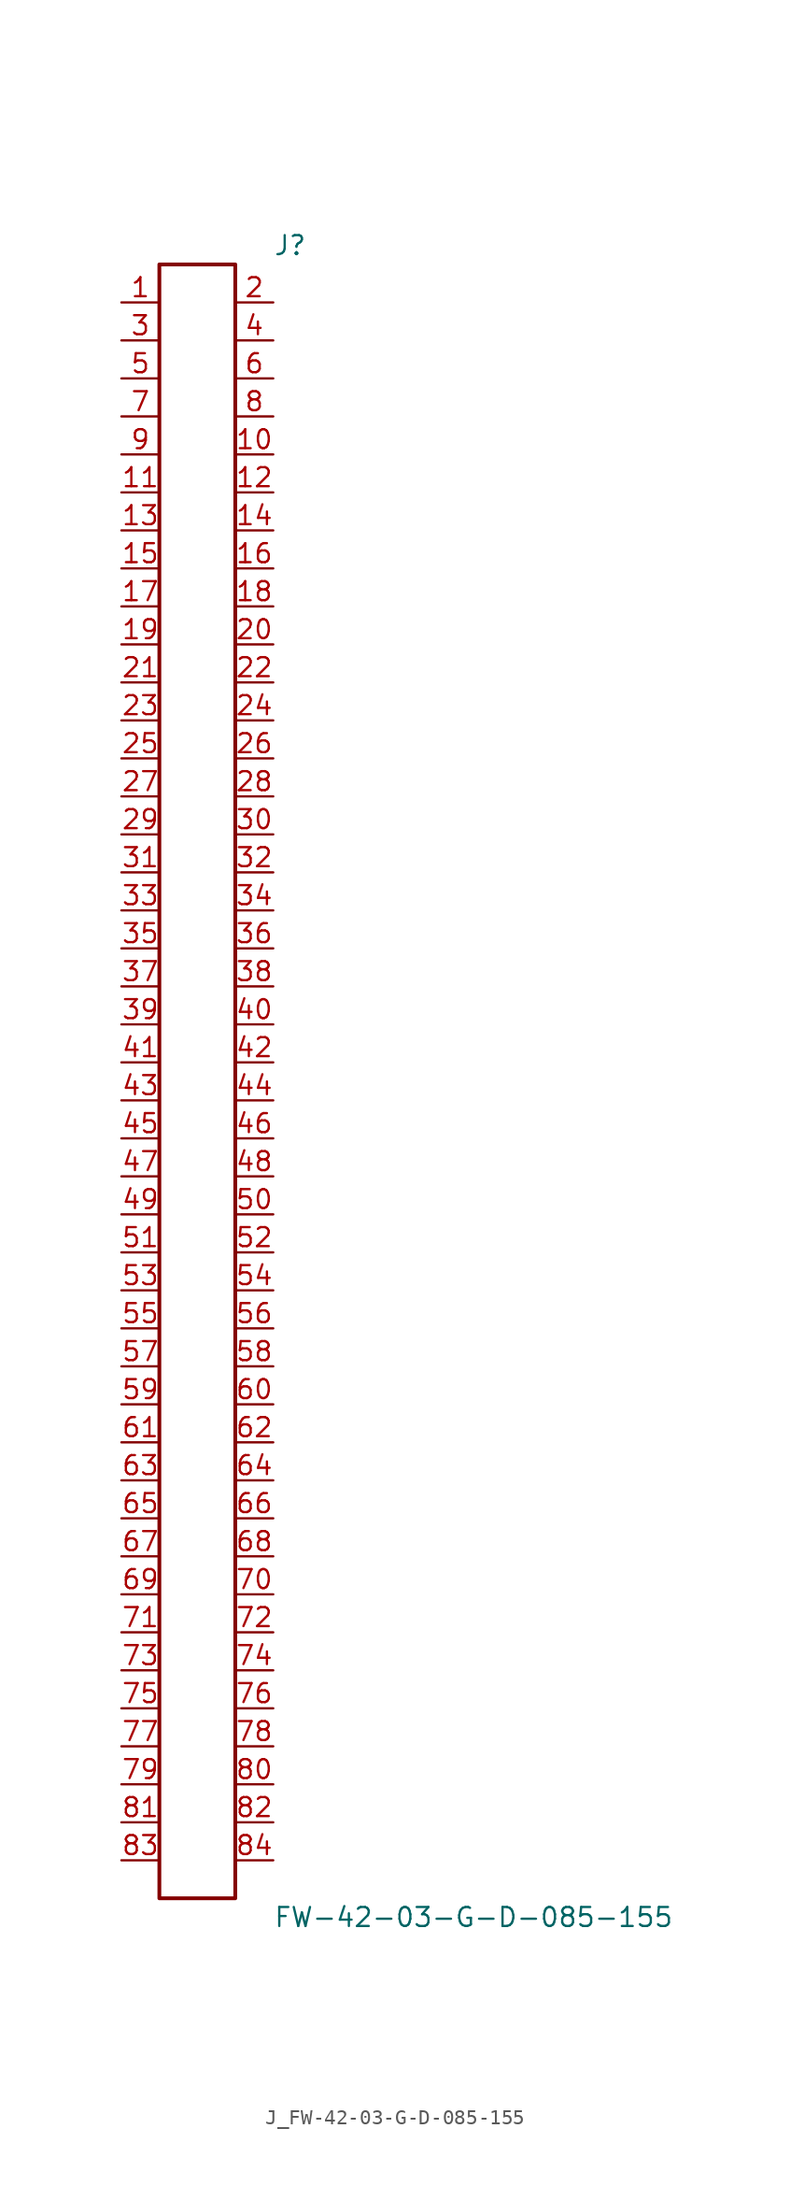
<source format=kicad_sym>
(kicad_symbol_lib
  (version 20231120)
  (generator kicad_symbol_editor)
  (generator_version 8.0)
  (symbol "J_FW-42-03-G-D-085-155"
    (pin_names
      (offset 0.254))
    (property "Reference" "J"
      (at 5.08 55.88 0)
      (effects (font (size 1.27 1.27)) (justify left)))
    (property "Value" "FW-42-03-G-D-085-155"
      (at 5.08 -55.88 0)
      (effects (font (size 1.27 1.27)) (justify left)))
    (symbol "J_FW-42-03-G-D-085-155_0_0"
      (pin unspecified line (at -5.08 52.07 0) (length 2.54) (name "" (effects (font (size 1.27 1.27)))) (number "1" (effects (font (size 1.27 1.27)))))
      (pin unspecified line (at 5.08 52.07 180) (length 2.54) (name "" (effects (font (size 1.27 1.27)))) (number "2" (effects (font (size 1.27 1.27)))))
      (pin unspecified line (at -5.08 49.53 0) (length 2.54) (name "" (effects (font (size 1.27 1.27)))) (number "3" (effects (font (size 1.27 1.27)))))
      (pin unspecified line (at 5.08 49.53 180) (length 2.54) (name "" (effects (font (size 1.27 1.27)))) (number "4" (effects (font (size 1.27 1.27)))))
      (pin unspecified line (at -5.08 46.99 0) (length 2.54) (name "" (effects (font (size 1.27 1.27)))) (number "5" (effects (font (size 1.27 1.27)))))
      (pin unspecified line (at 5.08 46.99 180) (length 2.54) (name "" (effects (font (size 1.27 1.27)))) (number "6" (effects (font (size 1.27 1.27)))))
      (pin unspecified line (at -5.08 44.45 0) (length 2.54) (name "" (effects (font (size 1.27 1.27)))) (number "7" (effects (font (size 1.27 1.27)))))
      (pin unspecified line (at 5.08 44.45 180) (length 2.54) (name "" (effects (font (size 1.27 1.27)))) (number "8" (effects (font (size 1.27 1.27)))))
      (pin unspecified line (at -5.08 41.91 0) (length 2.54) (name "" (effects (font (size 1.27 1.27)))) (number "9" (effects (font (size 1.27 1.27)))))
      (pin unspecified line (at 5.08 41.91 180) (length 2.54) (name "" (effects (font (size 1.27 1.27)))) (number "10" (effects (font (size 1.27 1.27)))))
      (pin unspecified line (at -5.08 39.37 0) (length 2.54) (name "" (effects (font (size 1.27 1.27)))) (number "11" (effects (font (size 1.27 1.27)))))
      (pin unspecified line (at 5.08 39.37 180) (length 2.54) (name "" (effects (font (size 1.27 1.27)))) (number "12" (effects (font (size 1.27 1.27)))))
      (pin unspecified line (at -5.08 36.83 0) (length 2.54) (name "" (effects (font (size 1.27 1.27)))) (number "13" (effects (font (size 1.27 1.27)))))
      (pin unspecified line (at 5.08 36.83 180) (length 2.54) (name "" (effects (font (size 1.27 1.27)))) (number "14" (effects (font (size 1.27 1.27)))))
      (pin unspecified line (at -5.08 34.29 0) (length 2.54) (name "" (effects (font (size 1.27 1.27)))) (number "15" (effects (font (size 1.27 1.27)))))
      (pin unspecified line (at 5.08 34.29 180) (length 2.54) (name "" (effects (font (size 1.27 1.27)))) (number "16" (effects (font (size 1.27 1.27)))))
      (pin unspecified line (at -5.08 31.75 0) (length 2.54) (name "" (effects (font (size 1.27 1.27)))) (number "17" (effects (font (size 1.27 1.27)))))
      (pin unspecified line (at 5.08 31.75 180) (length 2.54) (name "" (effects (font (size 1.27 1.27)))) (number "18" (effects (font (size 1.27 1.27)))))
      (pin unspecified line (at -5.08 29.21 0) (length 2.54) (name "" (effects (font (size 1.27 1.27)))) (number "19" (effects (font (size 1.27 1.27)))))
      (pin unspecified line (at 5.08 29.21 180) (length 2.54) (name "" (effects (font (size 1.27 1.27)))) (number "20" (effects (font (size 1.27 1.27)))))
      (pin unspecified line (at -5.08 26.67 0) (length 2.54) (name "" (effects (font (size 1.27 1.27)))) (number "21" (effects (font (size 1.27 1.27)))))
      (pin unspecified line (at 5.08 26.67 180) (length 2.54) (name "" (effects (font (size 1.27 1.27)))) (number "22" (effects (font (size 1.27 1.27)))))
      (pin unspecified line (at -5.08 24.13 0) (length 2.54) (name "" (effects (font (size 1.27 1.27)))) (number "23" (effects (font (size 1.27 1.27)))))
      (pin unspecified line (at 5.08 24.13 180) (length 2.54) (name "" (effects (font (size 1.27 1.27)))) (number "24" (effects (font (size 1.27 1.27)))))
      (pin unspecified line (at -5.08 21.59 0) (length 2.54) (name "" (effects (font (size 1.27 1.27)))) (number "25" (effects (font (size 1.27 1.27)))))
      (pin unspecified line (at 5.08 21.59 180) (length 2.54) (name "" (effects (font (size 1.27 1.27)))) (number "26" (effects (font (size 1.27 1.27)))))
      (pin unspecified line (at -5.08 19.05 0) (length 2.54) (name "" (effects (font (size 1.27 1.27)))) (number "27" (effects (font (size 1.27 1.27)))))
      (pin unspecified line (at 5.08 19.05 180) (length 2.54) (name "" (effects (font (size 1.27 1.27)))) (number "28" (effects (font (size 1.27 1.27)))))
      (pin unspecified line (at -5.08 16.51 0) (length 2.54) (name "" (effects (font (size 1.27 1.27)))) (number "29" (effects (font (size 1.27 1.27)))))
      (pin unspecified line (at 5.08 16.51 180) (length 2.54) (name "" (effects (font (size 1.27 1.27)))) (number "30" (effects (font (size 1.27 1.27)))))
      (pin unspecified line (at -5.08 13.97 0) (length 2.54) (name "" (effects (font (size 1.27 1.27)))) (number "31" (effects (font (size 1.27 1.27)))))
      (pin unspecified line (at 5.08 13.97 180) (length 2.54) (name "" (effects (font (size 1.27 1.27)))) (number "32" (effects (font (size 1.27 1.27)))))
      (pin unspecified line (at -5.08 11.43 0) (length 2.54) (name "" (effects (font (size 1.27 1.27)))) (number "33" (effects (font (size 1.27 1.27)))))
      (pin unspecified line (at 5.08 11.43 180) (length 2.54) (name "" (effects (font (size 1.27 1.27)))) (number "34" (effects (font (size 1.27 1.27)))))
      (pin unspecified line (at -5.08 8.89 0) (length 2.54) (name "" (effects (font (size 1.27 1.27)))) (number "35" (effects (font (size 1.27 1.27)))))
      (pin unspecified line (at 5.08 8.89 180) (length 2.54) (name "" (effects (font (size 1.27 1.27)))) (number "36" (effects (font (size 1.27 1.27)))))
      (pin unspecified line (at -5.08 6.35 0) (length 2.54) (name "" (effects (font (size 1.27 1.27)))) (number "37" (effects (font (size 1.27 1.27)))))
      (pin unspecified line (at 5.08 6.35 180) (length 2.54) (name "" (effects (font (size 1.27 1.27)))) (number "38" (effects (font (size 1.27 1.27)))))
      (pin unspecified line (at -5.08 3.81 0) (length 2.54) (name "" (effects (font (size 1.27 1.27)))) (number "39" (effects (font (size 1.27 1.27)))))
      (pin unspecified line (at 5.08 3.81 180) (length 2.54) (name "" (effects (font (size 1.27 1.27)))) (number "40" (effects (font (size 1.27 1.27)))))
      (pin unspecified line (at -5.08 1.27 0) (length 2.54) (name "" (effects (font (size 1.27 1.27)))) (number "41" (effects (font (size 1.27 1.27)))))
      (pin unspecified line (at 5.08 1.27 180) (length 2.54) (name "" (effects (font (size 1.27 1.27)))) (number "42" (effects (font (size 1.27 1.27)))))
      (pin unspecified line (at -5.08 -1.27 0) (length 2.54) (name "" (effects (font (size 1.27 1.27)))) (number "43" (effects (font (size 1.27 1.27)))))
      (pin unspecified line (at 5.08 -1.27 180) (length 2.54) (name "" (effects (font (size 1.27 1.27)))) (number "44" (effects (font (size 1.27 1.27)))))
      (pin unspecified line (at -5.08 -3.81 0) (length 2.54) (name "" (effects (font (size 1.27 1.27)))) (number "45" (effects (font (size 1.27 1.27)))))
      (pin unspecified line (at 5.08 -3.81 180) (length 2.54) (name "" (effects (font (size 1.27 1.27)))) (number "46" (effects (font (size 1.27 1.27)))))
      (pin unspecified line (at -5.08 -6.35 0) (length 2.54) (name "" (effects (font (size 1.27 1.27)))) (number "47" (effects (font (size 1.27 1.27)))))
      (pin unspecified line (at 5.08 -6.35 180) (length 2.54) (name "" (effects (font (size 1.27 1.27)))) (number "48" (effects (font (size 1.27 1.27)))))
      (pin unspecified line (at -5.08 -8.89 0) (length 2.54) (name "" (effects (font (size 1.27 1.27)))) (number "49" (effects (font (size 1.27 1.27)))))
      (pin unspecified line (at 5.08 -8.89 180) (length 2.54) (name "" (effects (font (size 1.27 1.27)))) (number "50" (effects (font (size 1.27 1.27)))))
      (pin unspecified line (at -5.08 -11.43 0) (length 2.54) (name "" (effects (font (size 1.27 1.27)))) (number "51" (effects (font (size 1.27 1.27)))))
      (pin unspecified line (at 5.08 -11.43 180) (length 2.54) (name "" (effects (font (size 1.27 1.27)))) (number "52" (effects (font (size 1.27 1.27)))))
      (pin unspecified line (at -5.08 -13.97 0) (length 2.54) (name "" (effects (font (size 1.27 1.27)))) (number "53" (effects (font (size 1.27 1.27)))))
      (pin unspecified line (at 5.08 -13.97 180) (length 2.54) (name "" (effects (font (size 1.27 1.27)))) (number "54" (effects (font (size 1.27 1.27)))))
      (pin unspecified line (at -5.08 -16.51 0) (length 2.54) (name "" (effects (font (size 1.27 1.27)))) (number "55" (effects (font (size 1.27 1.27)))))
      (pin unspecified line (at 5.08 -16.51 180) (length 2.54) (name "" (effects (font (size 1.27 1.27)))) (number "56" (effects (font (size 1.27 1.27)))))
      (pin unspecified line (at -5.08 -19.05 0) (length 2.54) (name "" (effects (font (size 1.27 1.27)))) (number "57" (effects (font (size 1.27 1.27)))))
      (pin unspecified line (at 5.08 -19.05 180) (length 2.54) (name "" (effects (font (size 1.27 1.27)))) (number "58" (effects (font (size 1.27 1.27)))))
      (pin unspecified line (at -5.08 -21.59 0) (length 2.54) (name "" (effects (font (size 1.27 1.27)))) (number "59" (effects (font (size 1.27 1.27)))))
      (pin unspecified line (at 5.08 -21.59 180) (length 2.54) (name "" (effects (font (size 1.27 1.27)))) (number "60" (effects (font (size 1.27 1.27)))))
      (pin unspecified line (at -5.08 -24.13 0) (length 2.54) (name "" (effects (font (size 1.27 1.27)))) (number "61" (effects (font (size 1.27 1.27)))))
      (pin unspecified line (at 5.08 -24.13 180) (length 2.54) (name "" (effects (font (size 1.27 1.27)))) (number "62" (effects (font (size 1.27 1.27)))))
      (pin unspecified line (at -5.08 -26.67 0) (length 2.54) (name "" (effects (font (size 1.27 1.27)))) (number "63" (effects (font (size 1.27 1.27)))))
      (pin unspecified line (at 5.08 -26.67 180) (length 2.54) (name "" (effects (font (size 1.27 1.27)))) (number "64" (effects (font (size 1.27 1.27)))))
      (pin unspecified line (at -5.08 -29.21 0) (length 2.54) (name "" (effects (font (size 1.27 1.27)))) (number "65" (effects (font (size 1.27 1.27)))))
      (pin unspecified line (at 5.08 -29.21 180) (length 2.54) (name "" (effects (font (size 1.27 1.27)))) (number "66" (effects (font (size 1.27 1.27)))))
      (pin unspecified line (at -5.08 -31.75 0) (length 2.54) (name "" (effects (font (size 1.27 1.27)))) (number "67" (effects (font (size 1.27 1.27)))))
      (pin unspecified line (at 5.08 -31.75 180) (length 2.54) (name "" (effects (font (size 1.27 1.27)))) (number "68" (effects (font (size 1.27 1.27)))))
      (pin unspecified line (at -5.08 -34.29 0) (length 2.54) (name "" (effects (font (size 1.27 1.27)))) (number "69" (effects (font (size 1.27 1.27)))))
      (pin unspecified line (at 5.08 -34.29 180) (length 2.54) (name "" (effects (font (size 1.27 1.27)))) (number "70" (effects (font (size 1.27 1.27)))))
      (pin unspecified line (at -5.08 -36.83 0) (length 2.54) (name "" (effects (font (size 1.27 1.27)))) (number "71" (effects (font (size 1.27 1.27)))))
      (pin unspecified line (at 5.08 -36.83 180) (length 2.54) (name "" (effects (font (size 1.27 1.27)))) (number "72" (effects (font (size 1.27 1.27)))))
      (pin unspecified line (at -5.08 -39.37 0) (length 2.54) (name "" (effects (font (size 1.27 1.27)))) (number "73" (effects (font (size 1.27 1.27)))))
      (pin unspecified line (at 5.08 -39.37 180) (length 2.54) (name "" (effects (font (size 1.27 1.27)))) (number "74" (effects (font (size 1.27 1.27)))))
      (pin unspecified line (at -5.08 -41.91 0) (length 2.54) (name "" (effects (font (size 1.27 1.27)))) (number "75" (effects (font (size 1.27 1.27)))))
      (pin unspecified line (at 5.08 -41.91 180) (length 2.54) (name "" (effects (font (size 1.27 1.27)))) (number "76" (effects (font (size 1.27 1.27)))))
      (pin unspecified line (at -5.08 -44.45 0) (length 2.54) (name "" (effects (font (size 1.27 1.27)))) (number "77" (effects (font (size 1.27 1.27)))))
      (pin unspecified line (at 5.08 -44.45 180) (length 2.54) (name "" (effects (font (size 1.27 1.27)))) (number "78" (effects (font (size 1.27 1.27)))))
      (pin unspecified line (at -5.08 -46.99 0) (length 2.54) (name "" (effects (font (size 1.27 1.27)))) (number "79" (effects (font (size 1.27 1.27)))))
      (pin unspecified line (at 5.08 -46.99 180) (length 2.54) (name "" (effects (font (size 1.27 1.27)))) (number "80" (effects (font (size 1.27 1.27)))))
      (pin unspecified line (at -5.08 -49.53 0) (length 2.54) (name "" (effects (font (size 1.27 1.27)))) (number "81" (effects (font (size 1.27 1.27)))))
      (pin unspecified line (at 5.08 -49.53 180) (length 2.54) (name "" (effects (font (size 1.27 1.27)))) (number "82" (effects (font (size 1.27 1.27)))))
      (pin unspecified line (at -5.08 -52.07 0) (length 2.54) (name "" (effects (font (size 1.27 1.27)))) (number "83" (effects (font (size 1.27 1.27)))))
      (pin unspecified line (at 5.08 -52.07 180) (length 2.54) (name "" (effects (font (size 1.27 1.27)))) (number "84" (effects (font (size 1.27 1.27))))))
    (symbol "J_FW-42-03-G-D-085-155_1_0"
      (rectangle (start -2.54 54.61) (end 2.54 -54.61) (stroke (width 0.254) (type solid)) (fill (type none))))))
</source>
